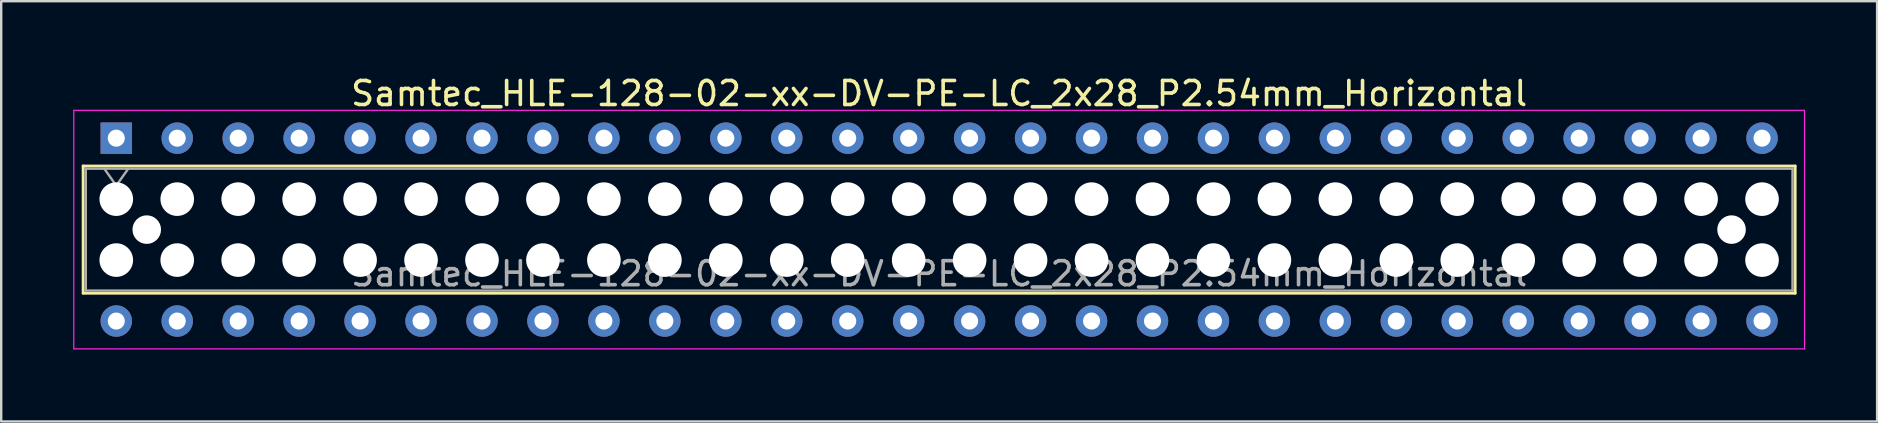
<source format=kicad_pcb>
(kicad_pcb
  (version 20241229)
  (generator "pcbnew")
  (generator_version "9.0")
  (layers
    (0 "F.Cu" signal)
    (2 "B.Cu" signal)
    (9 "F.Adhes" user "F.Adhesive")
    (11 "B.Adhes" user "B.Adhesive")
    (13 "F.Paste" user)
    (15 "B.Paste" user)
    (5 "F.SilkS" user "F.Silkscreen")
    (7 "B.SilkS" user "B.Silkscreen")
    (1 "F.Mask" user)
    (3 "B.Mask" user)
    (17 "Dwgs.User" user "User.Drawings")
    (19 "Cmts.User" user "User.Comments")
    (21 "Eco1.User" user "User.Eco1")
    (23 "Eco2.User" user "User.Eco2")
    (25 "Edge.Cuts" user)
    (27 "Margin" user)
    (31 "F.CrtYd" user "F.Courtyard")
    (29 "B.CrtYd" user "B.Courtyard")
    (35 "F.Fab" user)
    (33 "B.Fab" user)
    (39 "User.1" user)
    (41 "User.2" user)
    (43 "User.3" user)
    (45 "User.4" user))
  (footprint "Samtec_HLE-128-02-xx-DV-PE-LC_2x28_P2.54mm_Horizontal"
    (layer "F.Cu")
    (at 1.795 2.708)
    (property "Reference" "Samtec_HLE-128-02-xx-DV-PE-LC_2x28_P2.54mm_Horizontal" (at 34.29 -1.86 0) (layer "F.SilkS") (effects (font (size 1 1) (thickness 0.15))))
    (attr through_hole)
    (fp_line (start -1.38 1.16) (end 69.96 1.16) (stroke (width 0.12) (type solid)) (layer "F.SilkS"))
    (fp_line (start -1.38 6.46) (end -1.38 1.16) (stroke (width 0.12) (type solid)) (layer "F.SilkS"))
    (fp_line (start 69.96 1.16) (end 69.96 6.46) (stroke (width 0.12) (type solid)) (layer "F.SilkS"))
    (fp_line (start 69.96 6.46) (end -1.38 6.46) (stroke (width 0.12) (type solid)) (layer "F.SilkS"))
    (fp_line (start -1.77 -1.16) (end 70.35 -1.16) (stroke (width 0.05) (type solid)) (layer "F.CrtYd"))
    (fp_line (start -1.77 8.78) (end -1.77 -1.16) (stroke (width 0.05) (type solid)) (layer "F.CrtYd"))
    (fp_line (start 70.35 -1.16) (end 70.35 8.78) (stroke (width 0.05) (type solid)) (layer "F.CrtYd"))
    (fp_line (start 70.35 8.78) (end -1.77 8.78) (stroke (width 0.05) (type solid)) (layer "F.CrtYd"))
    (fp_line (start -1.27 1.27) (end 69.85 1.27) (stroke (width 0.1) (type solid)) (layer "F.Fab"))
    (fp_line (start -1.27 6.35) (end -1.27 1.27) (stroke (width 0.1) (type solid)) (layer "F.Fab"))
    (fp_line (start -0.5 1.27) (end 0 1.977) (stroke (width 0.1) (type solid)) (layer "F.Fab"))
    (fp_line (start 0 1.977) (end 0.5 1.27) (stroke (width 0.1) (type solid)) (layer "F.Fab"))
    (fp_line (start 69.85 1.27) (end 69.85 6.35) (stroke (width 0.1) (type solid)) (layer "F.Fab"))
    (fp_line (start 69.85 6.35) (end -1.27 6.35) (stroke (width 0.1) (type solid)) (layer "F.Fab"))
    (fp_text user "${REFERENCE}" (at 34.29 5.65 0) (layer "F.Fab") (effects (font (size 1 1) (thickness 0.15))))
    (pad "" np_thru_hole circle (at 0 2.54) (size 1.4 1.4) (drill 1.4) (layers "*.Cu" "*.Mask"))
    (pad "" np_thru_hole circle (at 0 5.08) (size 1.4 1.4) (drill 1.4) (layers "*.Cu" "*.Mask"))
    (pad "" np_thru_hole circle (at 1.27 3.81) (size 1.19 1.19) (drill 1.19) (layers "*.Cu" "*.Mask"))
    (pad "" np_thru_hole circle (at 2.54 2.54) (size 1.4 1.4) (drill 1.4) (layers "*.Cu" "*.Mask"))
    (pad "" np_thru_hole circle (at 2.54 5.08) (size 1.4 1.4) (drill 1.4) (layers "*.Cu" "*.Mask"))
    (pad "" np_thru_hole circle (at 5.08 2.54) (size 1.4 1.4) (drill 1.4) (layers "*.Cu" "*.Mask"))
    (pad "" np_thru_hole circle (at 5.08 5.08) (size 1.4 1.4) (drill 1.4) (layers "*.Cu" "*.Mask"))
    (pad "" np_thru_hole circle (at 7.62 2.54) (size 1.4 1.4) (drill 1.4) (layers "*.Cu" "*.Mask"))
    (pad "" np_thru_hole circle (at 7.62 5.08) (size 1.4 1.4) (drill 1.4) (layers "*.Cu" "*.Mask"))
    (pad "" np_thru_hole circle (at 10.16 2.54) (size 1.4 1.4) (drill 1.4) (layers "*.Cu" "*.Mask"))
    (pad "" np_thru_hole circle (at 10.16 5.08) (size 1.4 1.4) (drill 1.4) (layers "*.Cu" "*.Mask"))
    (pad "" np_thru_hole circle (at 12.7 2.54) (size 1.4 1.4) (drill 1.4) (layers "*.Cu" "*.Mask"))
    (pad "" np_thru_hole circle (at 12.7 5.08) (size 1.4 1.4) (drill 1.4) (layers "*.Cu" "*.Mask"))
    (pad "" np_thru_hole circle (at 15.24 2.54) (size 1.4 1.4) (drill 1.4) (layers "*.Cu" "*.Mask"))
    (pad "" np_thru_hole circle (at 15.24 5.08) (size 1.4 1.4) (drill 1.4) (layers "*.Cu" "*.Mask"))
    (pad "" np_thru_hole circle (at 17.78 2.54) (size 1.4 1.4) (drill 1.4) (layers "*.Cu" "*.Mask"))
    (pad "" np_thru_hole circle (at 17.78 5.08) (size 1.4 1.4) (drill 1.4) (layers "*.Cu" "*.Mask"))
    (pad "" np_thru_hole circle (at 20.32 2.54) (size 1.4 1.4) (drill 1.4) (layers "*.Cu" "*.Mask"))
    (pad "" np_thru_hole circle (at 20.32 5.08) (size 1.4 1.4) (drill 1.4) (layers "*.Cu" "*.Mask"))
    (pad "" np_thru_hole circle (at 22.86 2.54) (size 1.4 1.4) (drill 1.4) (layers "*.Cu" "*.Mask"))
    (pad "" np_thru_hole circle (at 22.86 5.08) (size 1.4 1.4) (drill 1.4) (layers "*.Cu" "*.Mask"))
    (pad "" np_thru_hole circle (at 25.4 2.54) (size 1.4 1.4) (drill 1.4) (layers "*.Cu" "*.Mask"))
    (pad "" np_thru_hole circle (at 25.4 5.08) (size 1.4 1.4) (drill 1.4) (layers "*.Cu" "*.Mask"))
    (pad "" np_thru_hole circle (at 27.94 2.54) (size 1.4 1.4) (drill 1.4) (layers "*.Cu" "*.Mask"))
    (pad "" np_thru_hole circle (at 27.94 5.08) (size 1.4 1.4) (drill 1.4) (layers "*.Cu" "*.Mask"))
    (pad "" np_thru_hole circle (at 30.48 2.54) (size 1.4 1.4) (drill 1.4) (layers "*.Cu" "*.Mask"))
    (pad "" np_thru_hole circle (at 30.48 5.08) (size 1.4 1.4) (drill 1.4) (layers "*.Cu" "*.Mask"))
    (pad "" np_thru_hole circle (at 33.02 2.54) (size 1.4 1.4) (drill 1.4) (layers "*.Cu" "*.Mask"))
    (pad "" np_thru_hole circle (at 33.02 5.08) (size 1.4 1.4) (drill 1.4) (layers "*.Cu" "*.Mask"))
    (pad "" np_thru_hole circle (at 35.56 2.54) (size 1.4 1.4) (drill 1.4) (layers "*.Cu" "*.Mask"))
    (pad "" np_thru_hole circle (at 35.56 5.08) (size 1.4 1.4) (drill 1.4) (layers "*.Cu" "*.Mask"))
    (pad "" np_thru_hole circle (at 38.1 2.54) (size 1.4 1.4) (drill 1.4) (layers "*.Cu" "*.Mask"))
    (pad "" np_thru_hole circle (at 38.1 5.08) (size 1.4 1.4) (drill 1.4) (layers "*.Cu" "*.Mask"))
    (pad "" np_thru_hole circle (at 40.64 2.54) (size 1.4 1.4) (drill 1.4) (layers "*.Cu" "*.Mask"))
    (pad "" np_thru_hole circle (at 40.64 5.08) (size 1.4 1.4) (drill 1.4) (layers "*.Cu" "*.Mask"))
    (pad "" np_thru_hole circle (at 43.18 2.54) (size 1.4 1.4) (drill 1.4) (layers "*.Cu" "*.Mask"))
    (pad "" np_thru_hole circle (at 43.18 5.08) (size 1.4 1.4) (drill 1.4) (layers "*.Cu" "*.Mask"))
    (pad "" np_thru_hole circle (at 45.72 2.54) (size 1.4 1.4) (drill 1.4) (layers "*.Cu" "*.Mask"))
    (pad "" np_thru_hole circle (at 45.72 5.08) (size 1.4 1.4) (drill 1.4) (layers "*.Cu" "*.Mask"))
    (pad "" np_thru_hole circle (at 48.26 2.54) (size 1.4 1.4) (drill 1.4) (layers "*.Cu" "*.Mask"))
    (pad "" np_thru_hole circle (at 48.26 5.08) (size 1.4 1.4) (drill 1.4) (layers "*.Cu" "*.Mask"))
    (pad "" np_thru_hole circle (at 50.8 2.54) (size 1.4 1.4) (drill 1.4) (layers "*.Cu" "*.Mask"))
    (pad "" np_thru_hole circle (at 50.8 5.08) (size 1.4 1.4) (drill 1.4) (layers "*.Cu" "*.Mask"))
    (pad "" np_thru_hole circle (at 53.34 2.54) (size 1.4 1.4) (drill 1.4) (layers "*.Cu" "*.Mask"))
    (pad "" np_thru_hole circle (at 53.34 5.08) (size 1.4 1.4) (drill 1.4) (layers "*.Cu" "*.Mask"))
    (pad "" np_thru_hole circle (at 55.88 2.54) (size 1.4 1.4) (drill 1.4) (layers "*.Cu" "*.Mask"))
    (pad "" np_thru_hole circle (at 55.88 5.08) (size 1.4 1.4) (drill 1.4) (layers "*.Cu" "*.Mask"))
    (pad "" np_thru_hole circle (at 58.42 2.54) (size 1.4 1.4) (drill 1.4) (layers "*.Cu" "*.Mask"))
    (pad "" np_thru_hole circle (at 58.42 5.08) (size 1.4 1.4) (drill 1.4) (layers "*.Cu" "*.Mask"))
    (pad "" np_thru_hole circle (at 60.96 2.54) (size 1.4 1.4) (drill 1.4) (layers "*.Cu" "*.Mask"))
    (pad "" np_thru_hole circle (at 60.96 5.08) (size 1.4 1.4) (drill 1.4) (layers "*.Cu" "*.Mask"))
    (pad "" np_thru_hole circle (at 63.5 2.54) (size 1.4 1.4) (drill 1.4) (layers "*.Cu" "*.Mask"))
    (pad "" np_thru_hole circle (at 63.5 5.08) (size 1.4 1.4) (drill 1.4) (layers "*.Cu" "*.Mask"))
    (pad "" np_thru_hole circle (at 66.04 2.54) (size 1.4 1.4) (drill 1.4) (layers "*.Cu" "*.Mask"))
    (pad "" np_thru_hole circle (at 66.04 5.08) (size 1.4 1.4) (drill 1.4) (layers "*.Cu" "*.Mask"))
    (pad "" np_thru_hole circle (at 67.31 3.81) (size 1.19 1.19) (drill 1.19) (layers "*.Cu" "*.Mask"))
    (pad "" np_thru_hole circle (at 68.58 2.54) (size 1.4 1.4) (drill 1.4) (layers "*.Cu" "*.Mask"))
    (pad "" np_thru_hole circle (at 68.58 5.08) (size 1.4 1.4) (drill 1.4) (layers "*.Cu" "*.Mask"))
    (pad "1" thru_hole rect (at 0 0) (size 1.31 1.31) (drill 0.71) (layers "*.Cu" "*.Mask"))
    (pad "2" thru_hole circle (at 0 7.62) (size 1.31 1.31) (drill 0.71) (layers "*.Cu" "*.Mask"))
    (pad "3" thru_hole circle (at 2.54 0) (size 1.31 1.31) (drill 0.71) (layers "*.Cu" "*.Mask"))
    (pad "4" thru_hole circle (at 2.54 7.62) (size 1.31 1.31) (drill 0.71) (layers "*.Cu" "*.Mask"))
    (pad "5" thru_hole circle (at 5.08 0) (size 1.31 1.31) (drill 0.71) (layers "*.Cu" "*.Mask"))
    (pad "6" thru_hole circle (at 5.08 7.62) (size 1.31 1.31) (drill 0.71) (layers "*.Cu" "*.Mask"))
    (pad "7" thru_hole circle (at 7.62 0) (size 1.31 1.31) (drill 0.71) (layers "*.Cu" "*.Mask"))
    (pad "8" thru_hole circle (at 7.62 7.62) (size 1.31 1.31) (drill 0.71) (layers "*.Cu" "*.Mask"))
    (pad "9" thru_hole circle (at 10.16 0) (size 1.31 1.31) (drill 0.71) (layers "*.Cu" "*.Mask"))
    (pad "10" thru_hole circle (at 10.16 7.62) (size 1.31 1.31) (drill 0.71) (layers "*.Cu" "*.Mask"))
    (pad "11" thru_hole circle (at 12.7 0) (size 1.31 1.31) (drill 0.71) (layers "*.Cu" "*.Mask"))
    (pad "12" thru_hole circle (at 12.7 7.62) (size 1.31 1.31) (drill 0.71) (layers "*.Cu" "*.Mask"))
    (pad "13" thru_hole circle (at 15.24 0) (size 1.31 1.31) (drill 0.71) (layers "*.Cu" "*.Mask"))
    (pad "14" thru_hole circle (at 15.24 7.62) (size 1.31 1.31) (drill 0.71) (layers "*.Cu" "*.Mask"))
    (pad "15" thru_hole circle (at 17.78 0) (size 1.31 1.31) (drill 0.71) (layers "*.Cu" "*.Mask"))
    (pad "16" thru_hole circle (at 17.78 7.62) (size 1.31 1.31) (drill 0.71) (layers "*.Cu" "*.Mask"))
    (pad "17" thru_hole circle (at 20.32 0) (size 1.31 1.31) (drill 0.71) (layers "*.Cu" "*.Mask"))
    (pad "18" thru_hole circle (at 20.32 7.62) (size 1.31 1.31) (drill 0.71) (layers "*.Cu" "*.Mask"))
    (pad "19" thru_hole circle (at 22.86 0) (size 1.31 1.31) (drill 0.71) (layers "*.Cu" "*.Mask"))
    (pad "20" thru_hole circle (at 22.86 7.62) (size 1.31 1.31) (drill 0.71) (layers "*.Cu" "*.Mask"))
    (pad "21" thru_hole circle (at 25.4 0) (size 1.31 1.31) (drill 0.71) (layers "*.Cu" "*.Mask"))
    (pad "22" thru_hole circle (at 25.4 7.62) (size 1.31 1.31) (drill 0.71) (layers "*.Cu" "*.Mask"))
    (pad "23" thru_hole circle (at 27.94 0) (size 1.31 1.31) (drill 0.71) (layers "*.Cu" "*.Mask"))
    (pad "24" thru_hole circle (at 27.94 7.62) (size 1.31 1.31) (drill 0.71) (layers "*.Cu" "*.Mask"))
    (pad "25" thru_hole circle (at 30.48 0) (size 1.31 1.31) (drill 0.71) (layers "*.Cu" "*.Mask"))
    (pad "26" thru_hole circle (at 30.48 7.62) (size 1.31 1.31) (drill 0.71) (layers "*.Cu" "*.Mask"))
    (pad "27" thru_hole circle (at 33.02 0) (size 1.31 1.31) (drill 0.71) (layers "*.Cu" "*.Mask"))
    (pad "28" thru_hole circle (at 33.02 7.62) (size 1.31 1.31) (drill 0.71) (layers "*.Cu" "*.Mask"))
    (pad "29" thru_hole circle (at 35.56 0) (size 1.31 1.31) (drill 0.71) (layers "*.Cu" "*.Mask"))
    (pad "30" thru_hole circle (at 35.56 7.62) (size 1.31 1.31) (drill 0.71) (layers "*.Cu" "*.Mask"))
    (pad "31" thru_hole circle (at 38.1 0) (size 1.31 1.31) (drill 0.71) (layers "*.Cu" "*.Mask"))
    (pad "32" thru_hole circle (at 38.1 7.62) (size 1.31 1.31) (drill 0.71) (layers "*.Cu" "*.Mask"))
    (pad "33" thru_hole circle (at 40.64 0) (size 1.31 1.31) (drill 0.71) (layers "*.Cu" "*.Mask"))
    (pad "34" thru_hole circle (at 40.64 7.62) (size 1.31 1.31) (drill 0.71) (layers "*.Cu" "*.Mask"))
    (pad "35" thru_hole circle (at 43.18 0) (size 1.31 1.31) (drill 0.71) (layers "*.Cu" "*.Mask"))
    (pad "36" thru_hole circle (at 43.18 7.62) (size 1.31 1.31) (drill 0.71) (layers "*.Cu" "*.Mask"))
    (pad "37" thru_hole circle (at 45.72 0) (size 1.31 1.31) (drill 0.71) (layers "*.Cu" "*.Mask"))
    (pad "38" thru_hole circle (at 45.72 7.62) (size 1.31 1.31) (drill 0.71) (layers "*.Cu" "*.Mask"))
    (pad "39" thru_hole circle (at 48.26 0) (size 1.31 1.31) (drill 0.71) (layers "*.Cu" "*.Mask"))
    (pad "40" thru_hole circle (at 48.26 7.62) (size 1.31 1.31) (drill 0.71) (layers "*.Cu" "*.Mask"))
    (pad "41" thru_hole circle (at 50.8 0) (size 1.31 1.31) (drill 0.71) (layers "*.Cu" "*.Mask"))
    (pad "42" thru_hole circle (at 50.8 7.62) (size 1.31 1.31) (drill 0.71) (layers "*.Cu" "*.Mask"))
    (pad "43" thru_hole circle (at 53.34 0) (size 1.31 1.31) (drill 0.71) (layers "*.Cu" "*.Mask"))
    (pad "44" thru_hole circle (at 53.34 7.62) (size 1.31 1.31) (drill 0.71) (layers "*.Cu" "*.Mask"))
    (pad "45" thru_hole circle (at 55.88 0) (size 1.31 1.31) (drill 0.71) (layers "*.Cu" "*.Mask"))
    (pad "46" thru_hole circle (at 55.88 7.62) (size 1.31 1.31) (drill 0.71) (layers "*.Cu" "*.Mask"))
    (pad "47" thru_hole circle (at 58.42 0) (size 1.31 1.31) (drill 0.71) (layers "*.Cu" "*.Mask"))
    (pad "48" thru_hole circle (at 58.42 7.62) (size 1.31 1.31) (drill 0.71) (layers "*.Cu" "*.Mask"))
    (pad "49" thru_hole circle (at 60.96 0) (size 1.31 1.31) (drill 0.71) (layers "*.Cu" "*.Mask"))
    (pad "50" thru_hole circle (at 60.96 7.62) (size 1.31 1.31) (drill 0.71) (layers "*.Cu" "*.Mask"))
    (pad "51" thru_hole circle (at 63.5 0) (size 1.31 1.31) (drill 0.71) (layers "*.Cu" "*.Mask"))
    (pad "52" thru_hole circle (at 63.5 7.62) (size 1.31 1.31) (drill 0.71) (layers "*.Cu" "*.Mask"))
    (pad "53" thru_hole circle (at 66.04 0) (size 1.31 1.31) (drill 0.71) (layers "*.Cu" "*.Mask"))
    (pad "54" thru_hole circle (at 66.04 7.62) (size 1.31 1.31) (drill 0.71) (layers "*.Cu" "*.Mask"))
    (pad "55" thru_hole circle (at 68.58 0) (size 1.31 1.31) (drill 0.71) (layers "*.Cu" "*.Mask"))
    (pad "56" thru_hole circle (at 68.58 7.62) (size 1.31 1.31) (drill 0.71) (layers "*.Cu" "*.Mask")))
  (gr_rect
    (start -3 -3)
    (end 75.17 14.513)
    (stroke (width 0.1) (type default))
    (fill no)
    (layer "Edge.Cuts")))
</source>
